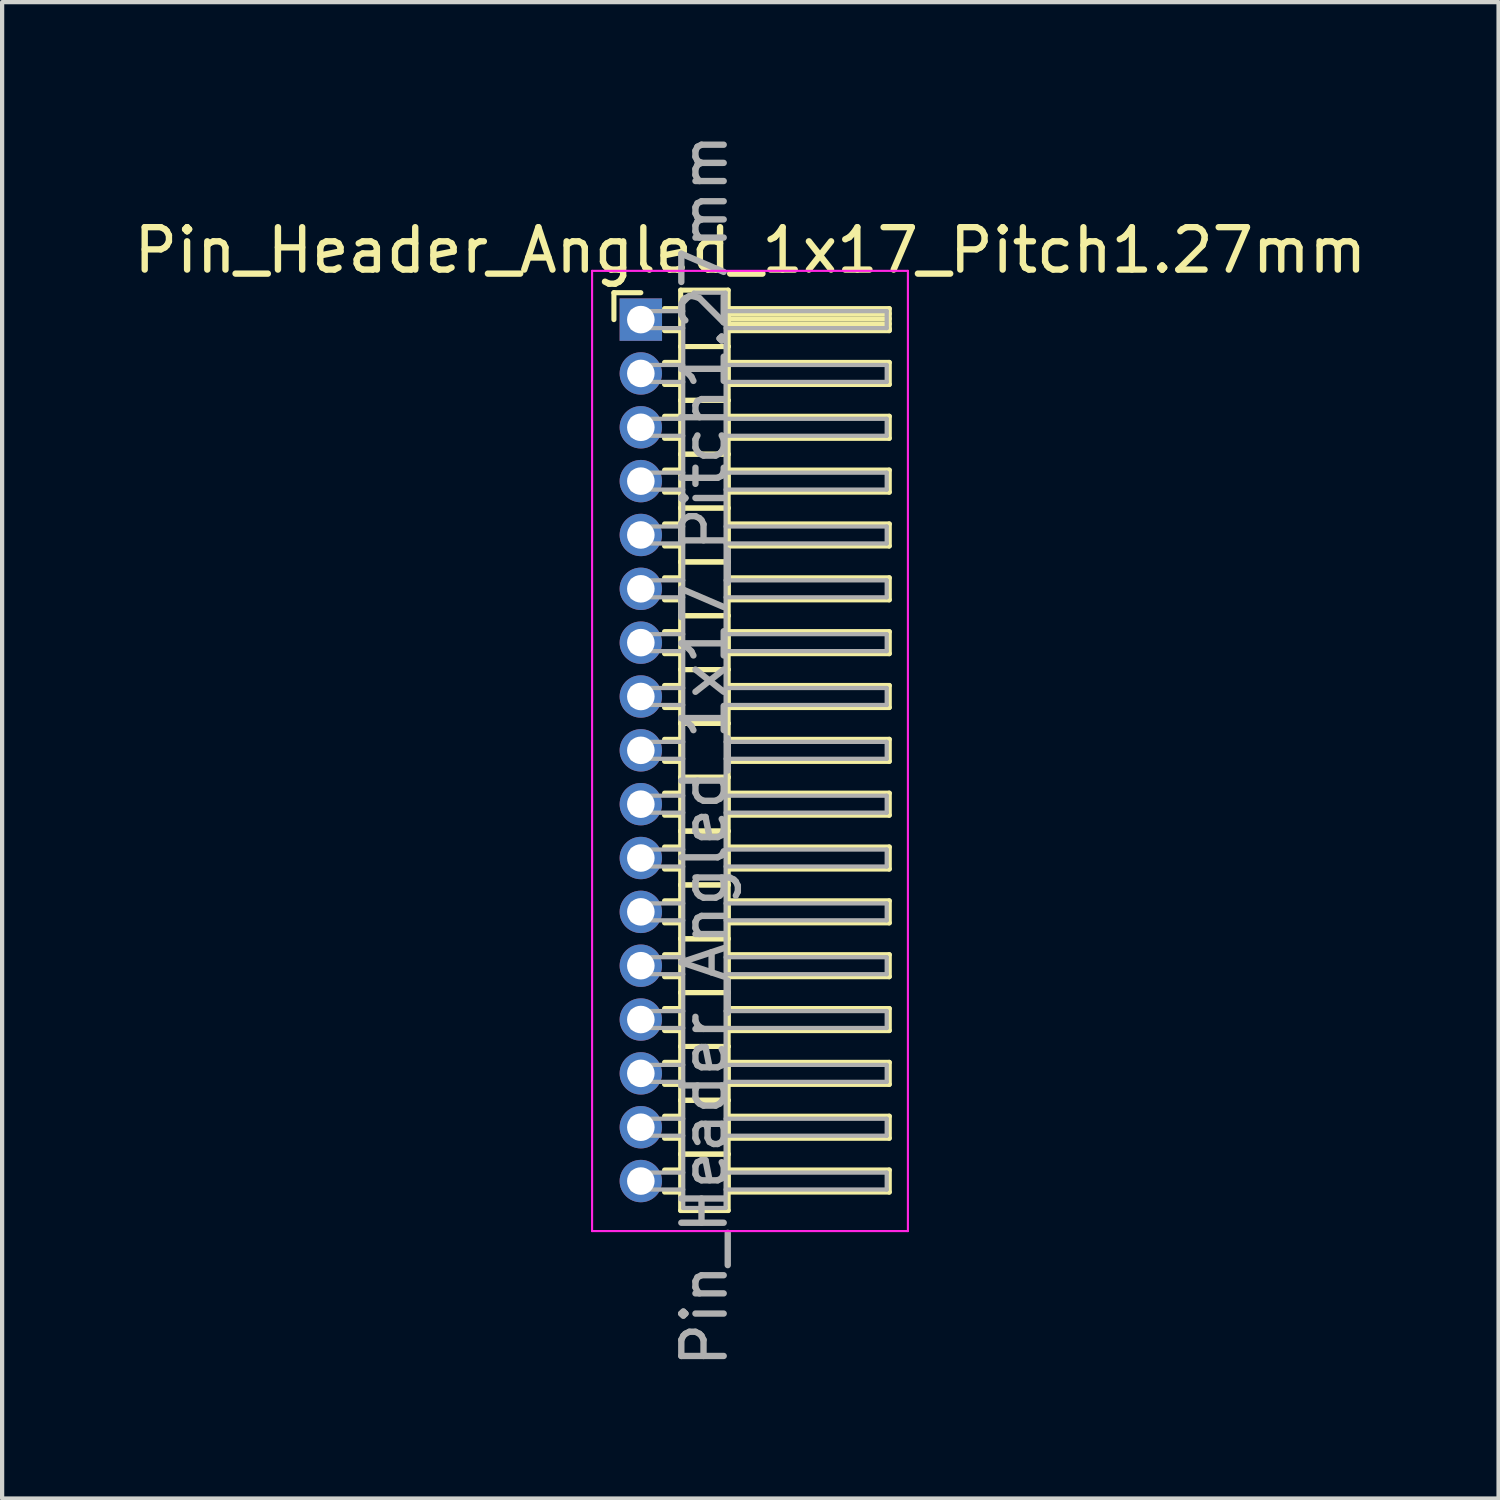
<source format=kicad_pcb>
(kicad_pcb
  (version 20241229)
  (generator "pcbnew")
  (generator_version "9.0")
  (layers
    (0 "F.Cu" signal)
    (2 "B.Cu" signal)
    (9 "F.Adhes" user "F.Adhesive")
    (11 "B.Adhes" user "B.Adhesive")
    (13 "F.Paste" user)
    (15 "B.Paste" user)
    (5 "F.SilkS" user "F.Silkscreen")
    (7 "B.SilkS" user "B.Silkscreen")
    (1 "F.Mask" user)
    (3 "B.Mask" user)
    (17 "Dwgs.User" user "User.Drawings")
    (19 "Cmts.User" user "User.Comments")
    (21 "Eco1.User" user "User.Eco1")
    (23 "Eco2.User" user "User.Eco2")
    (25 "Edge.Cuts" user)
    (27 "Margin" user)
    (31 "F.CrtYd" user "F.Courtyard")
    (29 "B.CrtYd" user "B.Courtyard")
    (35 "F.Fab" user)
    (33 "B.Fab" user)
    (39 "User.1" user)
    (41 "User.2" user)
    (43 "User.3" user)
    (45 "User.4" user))
  (footprint "Pin_Header_Angled_1x17_Pitch1.27mm"
    (layer "F.Cu")
    (at 12.066 4.489)
    (property "Reference" "Pin_Header_Angled_1x17_Pitch1.27mm" (at 2.583 -1.635 0) (layer "F.SilkS") (effects (font (size 1 1) (thickness 0.15))))
    (attr through_hole)
    (fp_line (start -0.635 -0.635) (end 0 -0.635) (stroke (width 0.12) (type solid)) (layer "F.SilkS"))
    (fp_line (start -0.635 0) (end -0.635 -0.635) (stroke (width 0.12) (type solid)) (layer "F.SilkS"))
    (fp_line (start 0.56 -0.26) (end 0.94 -0.26) (stroke (width 0.12) (type solid)) (layer "F.SilkS"))
    (fp_line (start 0.56 0.26) (end 0.94 0.26) (stroke (width 0.12) (type solid)) (layer "F.SilkS"))
    (fp_line (start 0.56 1.01) (end 0.94 1.01) (stroke (width 0.12) (type solid)) (layer "F.SilkS"))
    (fp_line (start 0.56 1.53) (end 0.94 1.53) (stroke (width 0.12) (type solid)) (layer "F.SilkS"))
    (fp_line (start 0.56 2.28) (end 0.94 2.28) (stroke (width 0.12) (type solid)) (layer "F.SilkS"))
    (fp_line (start 0.56 2.8) (end 0.94 2.8) (stroke (width 0.12) (type solid)) (layer "F.SilkS"))
    (fp_line (start 0.56 3.55) (end 0.94 3.55) (stroke (width 0.12) (type solid)) (layer "F.SilkS"))
    (fp_line (start 0.56 4.07) (end 0.94 4.07) (stroke (width 0.12) (type solid)) (layer "F.SilkS"))
    (fp_line (start 0.56 4.82) (end 0.94 4.82) (stroke (width 0.12) (type solid)) (layer "F.SilkS"))
    (fp_line (start 0.56 5.34) (end 0.94 5.34) (stroke (width 0.12) (type solid)) (layer "F.SilkS"))
    (fp_line (start 0.56 6.09) (end 0.94 6.09) (stroke (width 0.12) (type solid)) (layer "F.SilkS"))
    (fp_line (start 0.56 6.61) (end 0.94 6.61) (stroke (width 0.12) (type solid)) (layer "F.SilkS"))
    (fp_line (start 0.56 7.36) (end 0.94 7.36) (stroke (width 0.12) (type solid)) (layer "F.SilkS"))
    (fp_line (start 0.56 7.88) (end 0.94 7.88) (stroke (width 0.12) (type solid)) (layer "F.SilkS"))
    (fp_line (start 0.56 8.63) (end 0.94 8.63) (stroke (width 0.12) (type solid)) (layer "F.SilkS"))
    (fp_line (start 0.56 9.15) (end 0.94 9.15) (stroke (width 0.12) (type solid)) (layer "F.SilkS"))
    (fp_line (start 0.56 9.9) (end 0.94 9.9) (stroke (width 0.12) (type solid)) (layer "F.SilkS"))
    (fp_line (start 0.56 10.42) (end 0.94 10.42) (stroke (width 0.12) (type solid)) (layer "F.SilkS"))
    (fp_line (start 0.56 11.17) (end 0.94 11.17) (stroke (width 0.12) (type solid)) (layer "F.SilkS"))
    (fp_line (start 0.56 11.69) (end 0.94 11.69) (stroke (width 0.12) (type solid)) (layer "F.SilkS"))
    (fp_line (start 0.56 12.44) (end 0.94 12.44) (stroke (width 0.12) (type solid)) (layer "F.SilkS"))
    (fp_line (start 0.56 12.96) (end 0.94 12.96) (stroke (width 0.12) (type solid)) (layer "F.SilkS"))
    (fp_line (start 0.56 13.71) (end 0.94 13.71) (stroke (width 0.12) (type solid)) (layer "F.SilkS"))
    (fp_line (start 0.56 14.23) (end 0.94 14.23) (stroke (width 0.12) (type solid)) (layer "F.SilkS"))
    (fp_line (start 0.56 14.98) (end 0.94 14.98) (stroke (width 0.12) (type solid)) (layer "F.SilkS"))
    (fp_line (start 0.56 15.5) (end 0.94 15.5) (stroke (width 0.12) (type solid)) (layer "F.SilkS"))
    (fp_line (start 0.56 16.25) (end 0.94 16.25) (stroke (width 0.12) (type solid)) (layer "F.SilkS"))
    (fp_line (start 0.56 16.77) (end 0.94 16.77) (stroke (width 0.12) (type solid)) (layer "F.SilkS"))
    (fp_line (start 0.56 17.52) (end 0.94 17.52) (stroke (width 0.12) (type solid)) (layer "F.SilkS"))
    (fp_line (start 0.56 18.04) (end 0.94 18.04) (stroke (width 0.12) (type solid)) (layer "F.SilkS"))
    (fp_line (start 0.56 18.79) (end 0.94 18.79) (stroke (width 0.12) (type solid)) (layer "F.SilkS"))
    (fp_line (start 0.56 19.31) (end 0.94 19.31) (stroke (width 0.12) (type solid)) (layer "F.SilkS"))
    (fp_line (start 0.56 20.06) (end 0.94 20.06) (stroke (width 0.12) (type solid)) (layer "F.SilkS"))
    (fp_line (start 0.56 20.58) (end 0.94 20.58) (stroke (width 0.12) (type solid)) (layer "F.SilkS"))
    (fp_line (start 0.94 -0.695) (end 0.94 0.635) (stroke (width 0.12) (type solid)) (layer "F.SilkS"))
    (fp_line (start 0.94 0.635) (end 0.94 1.905) (stroke (width 0.12) (type solid)) (layer "F.SilkS"))
    (fp_line (start 0.94 0.635) (end 2.06 0.635) (stroke (width 0.12) (type solid)) (layer "F.SilkS"))
    (fp_line (start 0.94 1.905) (end 0.94 3.175) (stroke (width 0.12) (type solid)) (layer "F.SilkS"))
    (fp_line (start 0.94 1.905) (end 2.06 1.905) (stroke (width 0.12) (type solid)) (layer "F.SilkS"))
    (fp_line (start 0.94 3.175) (end 0.94 4.445) (stroke (width 0.12) (type solid)) (layer "F.SilkS"))
    (fp_line (start 0.94 3.175) (end 2.06 3.175) (stroke (width 0.12) (type solid)) (layer "F.SilkS"))
    (fp_line (start 0.94 4.445) (end 0.94 5.715) (stroke (width 0.12) (type solid)) (layer "F.SilkS"))
    (fp_line (start 0.94 4.445) (end 2.06 4.445) (stroke (width 0.12) (type solid)) (layer "F.SilkS"))
    (fp_line (start 0.94 5.715) (end 0.94 6.985) (stroke (width 0.12) (type solid)) (layer "F.SilkS"))
    (fp_line (start 0.94 5.715) (end 2.06 5.715) (stroke (width 0.12) (type solid)) (layer "F.SilkS"))
    (fp_line (start 0.94 6.985) (end 0.94 8.255) (stroke (width 0.12) (type solid)) (layer "F.SilkS"))
    (fp_line (start 0.94 6.985) (end 2.06 6.985) (stroke (width 0.12) (type solid)) (layer "F.SilkS"))
    (fp_line (start 0.94 8.255) (end 0.94 9.525) (stroke (width 0.12) (type solid)) (layer "F.SilkS"))
    (fp_line (start 0.94 8.255) (end 2.06 8.255) (stroke (width 0.12) (type solid)) (layer "F.SilkS"))
    (fp_line (start 0.94 9.525) (end 0.94 10.795) (stroke (width 0.12) (type solid)) (layer "F.SilkS"))
    (fp_line (start 0.94 9.525) (end 2.06 9.525) (stroke (width 0.12) (type solid)) (layer "F.SilkS"))
    (fp_line (start 0.94 10.795) (end 0.94 12.065) (stroke (width 0.12) (type solid)) (layer "F.SilkS"))
    (fp_line (start 0.94 10.795) (end 2.06 10.795) (stroke (width 0.12) (type solid)) (layer "F.SilkS"))
    (fp_line (start 0.94 12.065) (end 0.94 13.335) (stroke (width 0.12) (type solid)) (layer "F.SilkS"))
    (fp_line (start 0.94 12.065) (end 2.06 12.065) (stroke (width 0.12) (type solid)) (layer "F.SilkS"))
    (fp_line (start 0.94 13.335) (end 0.94 14.605) (stroke (width 0.12) (type solid)) (layer "F.SilkS"))
    (fp_line (start 0.94 13.335) (end 2.06 13.335) (stroke (width 0.12) (type solid)) (layer "F.SilkS"))
    (fp_line (start 0.94 14.605) (end 0.94 15.875) (stroke (width 0.12) (type solid)) (layer "F.SilkS"))
    (fp_line (start 0.94 14.605) (end 2.06 14.605) (stroke (width 0.12) (type solid)) (layer "F.SilkS"))
    (fp_line (start 0.94 15.875) (end 0.94 17.145) (stroke (width 0.12) (type solid)) (layer "F.SilkS"))
    (fp_line (start 0.94 15.875) (end 2.06 15.875) (stroke (width 0.12) (type solid)) (layer "F.SilkS"))
    (fp_line (start 0.94 17.145) (end 0.94 18.415) (stroke (width 0.12) (type solid)) (layer "F.SilkS"))
    (fp_line (start 0.94 17.145) (end 2.06 17.145) (stroke (width 0.12) (type solid)) (layer "F.SilkS"))
    (fp_line (start 0.94 18.415) (end 0.94 19.685) (stroke (width 0.12) (type solid)) (layer "F.SilkS"))
    (fp_line (start 0.94 18.415) (end 2.06 18.415) (stroke (width 0.12) (type solid)) (layer "F.SilkS"))
    (fp_line (start 0.94 19.685) (end 0.94 21.015) (stroke (width 0.12) (type solid)) (layer "F.SilkS"))
    (fp_line (start 0.94 19.685) (end 2.06 19.685) (stroke (width 0.12) (type solid)) (layer "F.SilkS"))
    (fp_line (start 0.94 21.015) (end 2.06 21.015) (stroke (width 0.12) (type solid)) (layer "F.SilkS"))
    (fp_line (start 2.06 -0.695) (end 0.94 -0.695) (stroke (width 0.12) (type solid)) (layer "F.SilkS"))
    (fp_line (start 2.06 -0.26) (end 2.06 0.26) (stroke (width 0.12) (type solid)) (layer "F.SilkS"))
    (fp_line (start 2.06 -0.14) (end 5.86 -0.14) (stroke (width 0.12) (type solid)) (layer "F.SilkS"))
    (fp_line (start 2.06 -0.02) (end 5.86 -0.02) (stroke (width 0.12) (type solid)) (layer "F.SilkS"))
    (fp_line (start 2.06 0.1) (end 5.86 0.1) (stroke (width 0.12) (type solid)) (layer "F.SilkS"))
    (fp_line (start 2.06 0.22) (end 5.86 0.22) (stroke (width 0.12) (type solid)) (layer "F.SilkS"))
    (fp_line (start 2.06 0.26) (end 5.86 0.26) (stroke (width 0.12) (type solid)) (layer "F.SilkS"))
    (fp_line (start 2.06 0.635) (end 0.94 0.635) (stroke (width 0.12) (type solid)) (layer "F.SilkS"))
    (fp_line (start 2.06 0.635) (end 2.06 -0.695) (stroke (width 0.12) (type solid)) (layer "F.SilkS"))
    (fp_line (start 2.06 1.01) (end 2.06 1.53) (stroke (width 0.12) (type solid)) (layer "F.SilkS"))
    (fp_line (start 2.06 1.53) (end 5.86 1.53) (stroke (width 0.12) (type solid)) (layer "F.SilkS"))
    (fp_line (start 2.06 1.905) (end 0.94 1.905) (stroke (width 0.12) (type solid)) (layer "F.SilkS"))
    (fp_line (start 2.06 1.905) (end 2.06 0.635) (stroke (width 0.12) (type solid)) (layer "F.SilkS"))
    (fp_line (start 2.06 2.28) (end 2.06 2.8) (stroke (width 0.12) (type solid)) (layer "F.SilkS"))
    (fp_line (start 2.06 2.8) (end 5.86 2.8) (stroke (width 0.12) (type solid)) (layer "F.SilkS"))
    (fp_line (start 2.06 3.175) (end 0.94 3.175) (stroke (width 0.12) (type solid)) (layer "F.SilkS"))
    (fp_line (start 2.06 3.175) (end 2.06 1.905) (stroke (width 0.12) (type solid)) (layer "F.SilkS"))
    (fp_line (start 2.06 3.55) (end 2.06 4.07) (stroke (width 0.12) (type solid)) (layer "F.SilkS"))
    (fp_line (start 2.06 4.07) (end 5.86 4.07) (stroke (width 0.12) (type solid)) (layer "F.SilkS"))
    (fp_line (start 2.06 4.445) (end 0.94 4.445) (stroke (width 0.12) (type solid)) (layer "F.SilkS"))
    (fp_line (start 2.06 4.445) (end 2.06 3.175) (stroke (width 0.12) (type solid)) (layer "F.SilkS"))
    (fp_line (start 2.06 4.82) (end 2.06 5.34) (stroke (width 0.12) (type solid)) (layer "F.SilkS"))
    (fp_line (start 2.06 5.34) (end 5.86 5.34) (stroke (width 0.12) (type solid)) (layer "F.SilkS"))
    (fp_line (start 2.06 5.715) (end 0.94 5.715) (stroke (width 0.12) (type solid)) (layer "F.SilkS"))
    (fp_line (start 2.06 5.715) (end 2.06 4.445) (stroke (width 0.12) (type solid)) (layer "F.SilkS"))
    (fp_line (start 2.06 6.09) (end 2.06 6.61) (stroke (width 0.12) (type solid)) (layer "F.SilkS"))
    (fp_line (start 2.06 6.61) (end 5.86 6.61) (stroke (width 0.12) (type solid)) (layer "F.SilkS"))
    (fp_line (start 2.06 6.985) (end 0.94 6.985) (stroke (width 0.12) (type solid)) (layer "F.SilkS"))
    (fp_line (start 2.06 6.985) (end 2.06 5.715) (stroke (width 0.12) (type solid)) (layer "F.SilkS"))
    (fp_line (start 2.06 7.36) (end 2.06 7.88) (stroke (width 0.12) (type solid)) (layer "F.SilkS"))
    (fp_line (start 2.06 7.88) (end 5.86 7.88) (stroke (width 0.12) (type solid)) (layer "F.SilkS"))
    (fp_line (start 2.06 8.255) (end 0.94 8.255) (stroke (width 0.12) (type solid)) (layer "F.SilkS"))
    (fp_line (start 2.06 8.255) (end 2.06 6.985) (stroke (width 0.12) (type solid)) (layer "F.SilkS"))
    (fp_line (start 2.06 8.63) (end 2.06 9.15) (stroke (width 0.12) (type solid)) (layer "F.SilkS"))
    (fp_line (start 2.06 9.15) (end 5.86 9.15) (stroke (width 0.12) (type solid)) (layer "F.SilkS"))
    (fp_line (start 2.06 9.525) (end 0.94 9.525) (stroke (width 0.12) (type solid)) (layer "F.SilkS"))
    (fp_line (start 2.06 9.525) (end 2.06 8.255) (stroke (width 0.12) (type solid)) (layer "F.SilkS"))
    (fp_line (start 2.06 9.9) (end 2.06 10.42) (stroke (width 0.12) (type solid)) (layer "F.SilkS"))
    (fp_line (start 2.06 10.42) (end 5.86 10.42) (stroke (width 0.12) (type solid)) (layer "F.SilkS"))
    (fp_line (start 2.06 10.795) (end 0.94 10.795) (stroke (width 0.12) (type solid)) (layer "F.SilkS"))
    (fp_line (start 2.06 10.795) (end 2.06 9.525) (stroke (width 0.12) (type solid)) (layer "F.SilkS"))
    (fp_line (start 2.06 11.17) (end 2.06 11.69) (stroke (width 0.12) (type solid)) (layer "F.SilkS"))
    (fp_line (start 2.06 11.69) (end 5.86 11.69) (stroke (width 0.12) (type solid)) (layer "F.SilkS"))
    (fp_line (start 2.06 12.065) (end 0.94 12.065) (stroke (width 0.12) (type solid)) (layer "F.SilkS"))
    (fp_line (start 2.06 12.065) (end 2.06 10.795) (stroke (width 0.12) (type solid)) (layer "F.SilkS"))
    (fp_line (start 2.06 12.44) (end 2.06 12.96) (stroke (width 0.12) (type solid)) (layer "F.SilkS"))
    (fp_line (start 2.06 12.96) (end 5.86 12.96) (stroke (width 0.12) (type solid)) (layer "F.SilkS"))
    (fp_line (start 2.06 13.335) (end 0.94 13.335) (stroke (width 0.12) (type solid)) (layer "F.SilkS"))
    (fp_line (start 2.06 13.335) (end 2.06 12.065) (stroke (width 0.12) (type solid)) (layer "F.SilkS"))
    (fp_line (start 2.06 13.71) (end 2.06 14.23) (stroke (width 0.12) (type solid)) (layer "F.SilkS"))
    (fp_line (start 2.06 14.23) (end 5.86 14.23) (stroke (width 0.12) (type solid)) (layer "F.SilkS"))
    (fp_line (start 2.06 14.605) (end 0.94 14.605) (stroke (width 0.12) (type solid)) (layer "F.SilkS"))
    (fp_line (start 2.06 14.605) (end 2.06 13.335) (stroke (width 0.12) (type solid)) (layer "F.SilkS"))
    (fp_line (start 2.06 14.98) (end 2.06 15.5) (stroke (width 0.12) (type solid)) (layer "F.SilkS"))
    (fp_line (start 2.06 15.5) (end 5.86 15.5) (stroke (width 0.12) (type solid)) (layer "F.SilkS"))
    (fp_line (start 2.06 15.875) (end 0.94 15.875) (stroke (width 0.12) (type solid)) (layer "F.SilkS"))
    (fp_line (start 2.06 15.875) (end 2.06 14.605) (stroke (width 0.12) (type solid)) (layer "F.SilkS"))
    (fp_line (start 2.06 16.25) (end 2.06 16.77) (stroke (width 0.12) (type solid)) (layer "F.SilkS"))
    (fp_line (start 2.06 16.77) (end 5.86 16.77) (stroke (width 0.12) (type solid)) (layer "F.SilkS"))
    (fp_line (start 2.06 17.145) (end 0.94 17.145) (stroke (width 0.12) (type solid)) (layer "F.SilkS"))
    (fp_line (start 2.06 17.145) (end 2.06 15.875) (stroke (width 0.12) (type solid)) (layer "F.SilkS"))
    (fp_line (start 2.06 17.52) (end 2.06 18.04) (stroke (width 0.12) (type solid)) (layer "F.SilkS"))
    (fp_line (start 2.06 18.04) (end 5.86 18.04) (stroke (width 0.12) (type solid)) (layer "F.SilkS"))
    (fp_line (start 2.06 18.415) (end 0.94 18.415) (stroke (width 0.12) (type solid)) (layer "F.SilkS"))
    (fp_line (start 2.06 18.415) (end 2.06 17.145) (stroke (width 0.12) (type solid)) (layer "F.SilkS"))
    (fp_line (start 2.06 18.79) (end 2.06 19.31) (stroke (width 0.12) (type solid)) (layer "F.SilkS"))
    (fp_line (start 2.06 19.31) (end 5.86 19.31) (stroke (width 0.12) (type solid)) (layer "F.SilkS"))
    (fp_line (start 2.06 19.685) (end 0.94 19.685) (stroke (width 0.12) (type solid)) (layer "F.SilkS"))
    (fp_line (start 2.06 19.685) (end 2.06 18.415) (stroke (width 0.12) (type solid)) (layer "F.SilkS"))
    (fp_line (start 2.06 20.06) (end 2.06 20.58) (stroke (width 0.12) (type solid)) (layer "F.SilkS"))
    (fp_line (start 2.06 20.58) (end 5.86 20.58) (stroke (width 0.12) (type solid)) (layer "F.SilkS"))
    (fp_line (start 2.06 21.015) (end 2.06 19.685) (stroke (width 0.12) (type solid)) (layer "F.SilkS"))
    (fp_line (start 5.86 -0.26) (end 2.06 -0.26) (stroke (width 0.12) (type solid)) (layer "F.SilkS"))
    (fp_line (start 5.86 0.26) (end 5.86 -0.26) (stroke (width 0.12) (type solid)) (layer "F.SilkS"))
    (fp_line (start 5.86 1.01) (end 2.06 1.01) (stroke (width 0.12) (type solid)) (layer "F.SilkS"))
    (fp_line (start 5.86 1.53) (end 5.86 1.01) (stroke (width 0.12) (type solid)) (layer "F.SilkS"))
    (fp_line (start 5.86 2.28) (end 2.06 2.28) (stroke (width 0.12) (type solid)) (layer "F.SilkS"))
    (fp_line (start 5.86 2.8) (end 5.86 2.28) (stroke (width 0.12) (type solid)) (layer "F.SilkS"))
    (fp_line (start 5.86 3.55) (end 2.06 3.55) (stroke (width 0.12) (type solid)) (layer "F.SilkS"))
    (fp_line (start 5.86 4.07) (end 5.86 3.55) (stroke (width 0.12) (type solid)) (layer "F.SilkS"))
    (fp_line (start 5.86 4.82) (end 2.06 4.82) (stroke (width 0.12) (type solid)) (layer "F.SilkS"))
    (fp_line (start 5.86 5.34) (end 5.86 4.82) (stroke (width 0.12) (type solid)) (layer "F.SilkS"))
    (fp_line (start 5.86 6.09) (end 2.06 6.09) (stroke (width 0.12) (type solid)) (layer "F.SilkS"))
    (fp_line (start 5.86 6.61) (end 5.86 6.09) (stroke (width 0.12) (type solid)) (layer "F.SilkS"))
    (fp_line (start 5.86 7.36) (end 2.06 7.36) (stroke (width 0.12) (type solid)) (layer "F.SilkS"))
    (fp_line (start 5.86 7.88) (end 5.86 7.36) (stroke (width 0.12) (type solid)) (layer "F.SilkS"))
    (fp_line (start 5.86 8.63) (end 2.06 8.63) (stroke (width 0.12) (type solid)) (layer "F.SilkS"))
    (fp_line (start 5.86 9.15) (end 5.86 8.63) (stroke (width 0.12) (type solid)) (layer "F.SilkS"))
    (fp_line (start 5.86 9.9) (end 2.06 9.9) (stroke (width 0.12) (type solid)) (layer "F.SilkS"))
    (fp_line (start 5.86 10.42) (end 5.86 9.9) (stroke (width 0.12) (type solid)) (layer "F.SilkS"))
    (fp_line (start 5.86 11.17) (end 2.06 11.17) (stroke (width 0.12) (type solid)) (layer "F.SilkS"))
    (fp_line (start 5.86 11.69) (end 5.86 11.17) (stroke (width 0.12) (type solid)) (layer "F.SilkS"))
    (fp_line (start 5.86 12.44) (end 2.06 12.44) (stroke (width 0.12) (type solid)) (layer "F.SilkS"))
    (fp_line (start 5.86 12.96) (end 5.86 12.44) (stroke (width 0.12) (type solid)) (layer "F.SilkS"))
    (fp_line (start 5.86 13.71) (end 2.06 13.71) (stroke (width 0.12) (type solid)) (layer "F.SilkS"))
    (fp_line (start 5.86 14.23) (end 5.86 13.71) (stroke (width 0.12) (type solid)) (layer "F.SilkS"))
    (fp_line (start 5.86 14.98) (end 2.06 14.98) (stroke (width 0.12) (type solid)) (layer "F.SilkS"))
    (fp_line (start 5.86 15.5) (end 5.86 14.98) (stroke (width 0.12) (type solid)) (layer "F.SilkS"))
    (fp_line (start 5.86 16.25) (end 2.06 16.25) (stroke (width 0.12) (type solid)) (layer "F.SilkS"))
    (fp_line (start 5.86 16.77) (end 5.86 16.25) (stroke (width 0.12) (type solid)) (layer "F.SilkS"))
    (fp_line (start 5.86 17.52) (end 2.06 17.52) (stroke (width 0.12) (type solid)) (layer "F.SilkS"))
    (fp_line (start 5.86 18.04) (end 5.86 17.52) (stroke (width 0.12) (type solid)) (layer "F.SilkS"))
    (fp_line (start 5.86 18.79) (end 2.06 18.79) (stroke (width 0.12) (type solid)) (layer "F.SilkS"))
    (fp_line (start 5.86 19.31) (end 5.86 18.79) (stroke (width 0.12) (type solid)) (layer "F.SilkS"))
    (fp_line (start 5.86 20.06) (end 2.06 20.06) (stroke (width 0.12) (type solid)) (layer "F.SilkS"))
    (fp_line (start 5.86 20.58) (end 5.86 20.06) (stroke (width 0.12) (type solid)) (layer "F.SilkS"))
    (fp_line (start -1.15 -1.15) (end -1.15 21.5) (stroke (width 0.05) (type solid)) (layer "F.CrtYd"))
    (fp_line (start -1.15 21.5) (end 6.3 21.5) (stroke (width 0.05) (type solid)) (layer "F.CrtYd"))
    (fp_line (start 6.3 -1.15) (end -1.15 -1.15) (stroke (width 0.05) (type solid)) (layer "F.CrtYd"))
    (fp_line (start 6.3 21.5) (end 6.3 -1.15) (stroke (width 0.05) (type solid)) (layer "F.CrtYd"))
    (fp_line (start -0.2 -0.2) (end -0.2 0.2) (stroke (width 0.1) (type solid)) (layer "F.Fab"))
    (fp_line (start -0.2 -0.2) (end 1 -0.2) (stroke (width 0.1) (type solid)) (layer "F.Fab"))
    (fp_line (start -0.2 0.2) (end 1 0.2) (stroke (width 0.1) (type solid)) (layer "F.Fab"))
    (fp_line (start -0.2 1.07) (end -0.2 1.47) (stroke (width 0.1) (type solid)) (layer "F.Fab"))
    (fp_line (start -0.2 1.07) (end 1 1.07) (stroke (width 0.1) (type solid)) (layer "F.Fab"))
    (fp_line (start -0.2 1.47) (end 1 1.47) (stroke (width 0.1) (type solid)) (layer "F.Fab"))
    (fp_line (start -0.2 2.34) (end -0.2 2.74) (stroke (width 0.1) (type solid)) (layer "F.Fab"))
    (fp_line (start -0.2 2.34) (end 1 2.34) (stroke (width 0.1) (type solid)) (layer "F.Fab"))
    (fp_line (start -0.2 2.74) (end 1 2.74) (stroke (width 0.1) (type solid)) (layer "F.Fab"))
    (fp_line (start -0.2 3.61) (end -0.2 4.01) (stroke (width 0.1) (type solid)) (layer "F.Fab"))
    (fp_line (start -0.2 3.61) (end 1 3.61) (stroke (width 0.1) (type solid)) (layer "F.Fab"))
    (fp_line (start -0.2 4.01) (end 1 4.01) (stroke (width 0.1) (type solid)) (layer "F.Fab"))
    (fp_line (start -0.2 4.88) (end -0.2 5.28) (stroke (width 0.1) (type solid)) (layer "F.Fab"))
    (fp_line (start -0.2 4.88) (end 1 4.88) (stroke (width 0.1) (type solid)) (layer "F.Fab"))
    (fp_line (start -0.2 5.28) (end 1 5.28) (stroke (width 0.1) (type solid)) (layer "F.Fab"))
    (fp_line (start -0.2 6.15) (end -0.2 6.55) (stroke (width 0.1) (type solid)) (layer "F.Fab"))
    (fp_line (start -0.2 6.15) (end 1 6.15) (stroke (width 0.1) (type solid)) (layer "F.Fab"))
    (fp_line (start -0.2 6.55) (end 1 6.55) (stroke (width 0.1) (type solid)) (layer "F.Fab"))
    (fp_line (start -0.2 7.42) (end -0.2 7.82) (stroke (width 0.1) (type solid)) (layer "F.Fab"))
    (fp_line (start -0.2 7.42) (end 1 7.42) (stroke (width 0.1) (type solid)) (layer "F.Fab"))
    (fp_line (start -0.2 7.82) (end 1 7.82) (stroke (width 0.1) (type solid)) (layer "F.Fab"))
    (fp_line (start -0.2 8.69) (end -0.2 9.09) (stroke (width 0.1) (type solid)) (layer "F.Fab"))
    (fp_line (start -0.2 8.69) (end 1 8.69) (stroke (width 0.1) (type solid)) (layer "F.Fab"))
    (fp_line (start -0.2 9.09) (end 1 9.09) (stroke (width 0.1) (type solid)) (layer "F.Fab"))
    (fp_line (start -0.2 9.96) (end -0.2 10.36) (stroke (width 0.1) (type solid)) (layer "F.Fab"))
    (fp_line (start -0.2 9.96) (end 1 9.96) (stroke (width 0.1) (type solid)) (layer "F.Fab"))
    (fp_line (start -0.2 10.36) (end 1 10.36) (stroke (width 0.1) (type solid)) (layer "F.Fab"))
    (fp_line (start -0.2 11.23) (end -0.2 11.63) (stroke (width 0.1) (type solid)) (layer "F.Fab"))
    (fp_line (start -0.2 11.23) (end 1 11.23) (stroke (width 0.1) (type solid)) (layer "F.Fab"))
    (fp_line (start -0.2 11.63) (end 1 11.63) (stroke (width 0.1) (type solid)) (layer "F.Fab"))
    (fp_line (start -0.2 12.5) (end -0.2 12.9) (stroke (width 0.1) (type solid)) (layer "F.Fab"))
    (fp_line (start -0.2 12.5) (end 1 12.5) (stroke (width 0.1) (type solid)) (layer "F.Fab"))
    (fp_line (start -0.2 12.9) (end 1 12.9) (stroke (width 0.1) (type solid)) (layer "F.Fab"))
    (fp_line (start -0.2 13.77) (end -0.2 14.17) (stroke (width 0.1) (type solid)) (layer "F.Fab"))
    (fp_line (start -0.2 13.77) (end 1 13.77) (stroke (width 0.1) (type solid)) (layer "F.Fab"))
    (fp_line (start -0.2 14.17) (end 1 14.17) (stroke (width 0.1) (type solid)) (layer "F.Fab"))
    (fp_line (start -0.2 15.04) (end -0.2 15.44) (stroke (width 0.1) (type solid)) (layer "F.Fab"))
    (fp_line (start -0.2 15.04) (end 1 15.04) (stroke (width 0.1) (type solid)) (layer "F.Fab"))
    (fp_line (start -0.2 15.44) (end 1 15.44) (stroke (width 0.1) (type solid)) (layer "F.Fab"))
    (fp_line (start -0.2 16.31) (end -0.2 16.71) (stroke (width 0.1) (type solid)) (layer "F.Fab"))
    (fp_line (start -0.2 16.31) (end 1 16.31) (stroke (width 0.1) (type solid)) (layer "F.Fab"))
    (fp_line (start -0.2 16.71) (end 1 16.71) (stroke (width 0.1) (type solid)) (layer "F.Fab"))
    (fp_line (start -0.2 17.58) (end -0.2 17.98) (stroke (width 0.1) (type solid)) (layer "F.Fab"))
    (fp_line (start -0.2 17.58) (end 1 17.58) (stroke (width 0.1) (type solid)) (layer "F.Fab"))
    (fp_line (start -0.2 17.98) (end 1 17.98) (stroke (width 0.1) (type solid)) (layer "F.Fab"))
    (fp_line (start -0.2 18.85) (end -0.2 19.25) (stroke (width 0.1) (type solid)) (layer "F.Fab"))
    (fp_line (start -0.2 18.85) (end 1 18.85) (stroke (width 0.1) (type solid)) (layer "F.Fab"))
    (fp_line (start -0.2 19.25) (end 1 19.25) (stroke (width 0.1) (type solid)) (layer "F.Fab"))
    (fp_line (start -0.2 20.12) (end -0.2 20.52) (stroke (width 0.1) (type solid)) (layer "F.Fab"))
    (fp_line (start -0.2 20.12) (end 1 20.12) (stroke (width 0.1) (type solid)) (layer "F.Fab"))
    (fp_line (start -0.2 20.52) (end 1 20.52) (stroke (width 0.1) (type solid)) (layer "F.Fab"))
    (fp_line (start 1 -0.385) (end 1.25 -0.635) (stroke (width 0.1) (type solid)) (layer "F.Fab"))
    (fp_line (start 1 20.955) (end 1 -0.385) (stroke (width 0.1) (type solid)) (layer "F.Fab"))
    (fp_line (start 1.25 -0.635) (end 2 -0.635) (stroke (width 0.1) (type solid)) (layer "F.Fab"))
    (fp_line (start 2 -0.635) (end 2 20.955) (stroke (width 0.1) (type solid)) (layer "F.Fab"))
    (fp_line (start 2 -0.2) (end 5.8 -0.2) (stroke (width 0.1) (type solid)) (layer "F.Fab"))
    (fp_line (start 2 0.2) (end 5.8 0.2) (stroke (width 0.1) (type solid)) (layer "F.Fab"))
    (fp_line (start 2 1.07) (end 5.8 1.07) (stroke (width 0.1) (type solid)) (layer "F.Fab"))
    (fp_line (start 2 1.47) (end 5.8 1.47) (stroke (width 0.1) (type solid)) (layer "F.Fab"))
    (fp_line (start 2 2.34) (end 5.8 2.34) (stroke (width 0.1) (type solid)) (layer "F.Fab"))
    (fp_line (start 2 2.74) (end 5.8 2.74) (stroke (width 0.1) (type solid)) (layer "F.Fab"))
    (fp_line (start 2 3.61) (end 5.8 3.61) (stroke (width 0.1) (type solid)) (layer "F.Fab"))
    (fp_line (start 2 4.01) (end 5.8 4.01) (stroke (width 0.1) (type solid)) (layer "F.Fab"))
    (fp_line (start 2 4.88) (end 5.8 4.88) (stroke (width 0.1) (type solid)) (layer "F.Fab"))
    (fp_line (start 2 5.28) (end 5.8 5.28) (stroke (width 0.1) (type solid)) (layer "F.Fab"))
    (fp_line (start 2 6.15) (end 5.8 6.15) (stroke (width 0.1) (type solid)) (layer "F.Fab"))
    (fp_line (start 2 6.55) (end 5.8 6.55) (stroke (width 0.1) (type solid)) (layer "F.Fab"))
    (fp_line (start 2 7.42) (end 5.8 7.42) (stroke (width 0.1) (type solid)) (layer "F.Fab"))
    (fp_line (start 2 7.82) (end 5.8 7.82) (stroke (width 0.1) (type solid)) (layer "F.Fab"))
    (fp_line (start 2 8.69) (end 5.8 8.69) (stroke (width 0.1) (type solid)) (layer "F.Fab"))
    (fp_line (start 2 9.09) (end 5.8 9.09) (stroke (width 0.1) (type solid)) (layer "F.Fab"))
    (fp_line (start 2 9.96) (end 5.8 9.96) (stroke (width 0.1) (type solid)) (layer "F.Fab"))
    (fp_line (start 2 10.36) (end 5.8 10.36) (stroke (width 0.1) (type solid)) (layer "F.Fab"))
    (fp_line (start 2 11.23) (end 5.8 11.23) (stroke (width 0.1) (type solid)) (layer "F.Fab"))
    (fp_line (start 2 11.63) (end 5.8 11.63) (stroke (width 0.1) (type solid)) (layer "F.Fab"))
    (fp_line (start 2 12.5) (end 5.8 12.5) (stroke (width 0.1) (type solid)) (layer "F.Fab"))
    (fp_line (start 2 12.9) (end 5.8 12.9) (stroke (width 0.1) (type solid)) (layer "F.Fab"))
    (fp_line (start 2 13.77) (end 5.8 13.77) (stroke (width 0.1) (type solid)) (layer "F.Fab"))
    (fp_line (start 2 14.17) (end 5.8 14.17) (stroke (width 0.1) (type solid)) (layer "F.Fab"))
    (fp_line (start 2 15.04) (end 5.8 15.04) (stroke (width 0.1) (type solid)) (layer "F.Fab"))
    (fp_line (start 2 15.44) (end 5.8 15.44) (stroke (width 0.1) (type solid)) (layer "F.Fab"))
    (fp_line (start 2 16.31) (end 5.8 16.31) (stroke (width 0.1) (type solid)) (layer "F.Fab"))
    (fp_line (start 2 16.71) (end 5.8 16.71) (stroke (width 0.1) (type solid)) (layer "F.Fab"))
    (fp_line (start 2 17.58) (end 5.8 17.58) (stroke (width 0.1) (type solid)) (layer "F.Fab"))
    (fp_line (start 2 17.98) (end 5.8 17.98) (stroke (width 0.1) (type solid)) (layer "F.Fab"))
    (fp_line (start 2 18.85) (end 5.8 18.85) (stroke (width 0.1) (type solid)) (layer "F.Fab"))
    (fp_line (start 2 19.25) (end 5.8 19.25) (stroke (width 0.1) (type solid)) (layer "F.Fab"))
    (fp_line (start 2 20.12) (end 5.8 20.12) (stroke (width 0.1) (type solid)) (layer "F.Fab"))
    (fp_line (start 2 20.52) (end 5.8 20.52) (stroke (width 0.1) (type solid)) (layer "F.Fab"))
    (fp_line (start 2 20.955) (end 1 20.955) (stroke (width 0.1) (type solid)) (layer "F.Fab"))
    (fp_line (start 5.8 -0.2) (end 5.8 0.2) (stroke (width 0.1) (type solid)) (layer "F.Fab"))
    (fp_line (start 5.8 1.07) (end 5.8 1.47) (stroke (width 0.1) (type solid)) (layer "F.Fab"))
    (fp_line (start 5.8 2.34) (end 5.8 2.74) (stroke (width 0.1) (type solid)) (layer "F.Fab"))
    (fp_line (start 5.8 3.61) (end 5.8 4.01) (stroke (width 0.1) (type solid)) (layer "F.Fab"))
    (fp_line (start 5.8 4.88) (end 5.8 5.28) (stroke (width 0.1) (type solid)) (layer "F.Fab"))
    (fp_line (start 5.8 6.15) (end 5.8 6.55) (stroke (width 0.1) (type solid)) (layer "F.Fab"))
    (fp_line (start 5.8 7.42) (end 5.8 7.82) (stroke (width 0.1) (type solid)) (layer "F.Fab"))
    (fp_line (start 5.8 8.69) (end 5.8 9.09) (stroke (width 0.1) (type solid)) (layer "F.Fab"))
    (fp_line (start 5.8 9.96) (end 5.8 10.36) (stroke (width 0.1) (type solid)) (layer "F.Fab"))
    (fp_line (start 5.8 11.23) (end 5.8 11.63) (stroke (width 0.1) (type solid)) (layer "F.Fab"))
    (fp_line (start 5.8 12.5) (end 5.8 12.9) (stroke (width 0.1) (type solid)) (layer "F.Fab"))
    (fp_line (start 5.8 13.77) (end 5.8 14.17) (stroke (width 0.1) (type solid)) (layer "F.Fab"))
    (fp_line (start 5.8 15.04) (end 5.8 15.44) (stroke (width 0.1) (type solid)) (layer "F.Fab"))
    (fp_line (start 5.8 16.31) (end 5.8 16.71) (stroke (width 0.1) (type solid)) (layer "F.Fab"))
    (fp_line (start 5.8 17.58) (end 5.8 17.98) (stroke (width 0.1) (type solid)) (layer "F.Fab"))
    (fp_line (start 5.8 18.85) (end 5.8 19.25) (stroke (width 0.1) (type solid)) (layer "F.Fab"))
    (fp_line (start 5.8 20.12) (end 5.8 20.52) (stroke (width 0.1) (type solid)) (layer "F.Fab"))
    (fp_text user "${REFERENCE}" (at 1.5 10.16 90) (layer "F.Fab") (effects (font (size 1 1) (thickness 0.15))))
    (pad "1" thru_hole rect (at 0 0) (size 1 1) (drill 0.65) (layers "*.Cu" "*.Mask"))
    (pad "2" thru_hole oval (at 0 1.27) (size 1 1) (drill 0.65) (layers "*.Cu" "*.Mask"))
    (pad "3" thru_hole oval (at 0 2.54) (size 1 1) (drill 0.65) (layers "*.Cu" "*.Mask"))
    (pad "4" thru_hole oval (at 0 3.81) (size 1 1) (drill 0.65) (layers "*.Cu" "*.Mask"))
    (pad "5" thru_hole oval (at 0 5.08) (size 1 1) (drill 0.65) (layers "*.Cu" "*.Mask"))
    (pad "6" thru_hole oval (at 0 6.35) (size 1 1) (drill 0.65) (layers "*.Cu" "*.Mask"))
    (pad "7" thru_hole oval (at 0 7.62) (size 1 1) (drill 0.65) (layers "*.Cu" "*.Mask"))
    (pad "8" thru_hole oval (at 0 8.89) (size 1 1) (drill 0.65) (layers "*.Cu" "*.Mask"))
    (pad "9" thru_hole oval (at 0 10.16) (size 1 1) (drill 0.65) (layers "*.Cu" "*.Mask"))
    (pad "10" thru_hole oval (at 0 11.43) (size 1 1) (drill 0.65) (layers "*.Cu" "*.Mask"))
    (pad "11" thru_hole oval (at 0 12.7) (size 1 1) (drill 0.65) (layers "*.Cu" "*.Mask"))
    (pad "12" thru_hole oval (at 0 13.97) (size 1 1) (drill 0.65) (layers "*.Cu" "*.Mask"))
    (pad "13" thru_hole oval (at 0 15.24) (size 1 1) (drill 0.65) (layers "*.Cu" "*.Mask"))
    (pad "14" thru_hole oval (at 0 16.51) (size 1 1) (drill 0.65) (layers "*.Cu" "*.Mask"))
    (pad "15" thru_hole oval (at 0 17.78) (size 1 1) (drill 0.65) (layers "*.Cu" "*.Mask"))
    (pad "16" thru_hole oval (at 0 19.05) (size 1 1) (drill 0.65) (layers "*.Cu" "*.Mask"))
    (pad "17" thru_hole oval (at 0 20.32) (size 1 1) (drill 0.65) (layers "*.Cu" "*.Mask")))
  (gr_rect
    (start -3 -3)
    (end 32.298 32.298)
    (stroke (width 0.1) (type default))
    (fill no)
    (layer "Edge.Cuts")))
</source>
